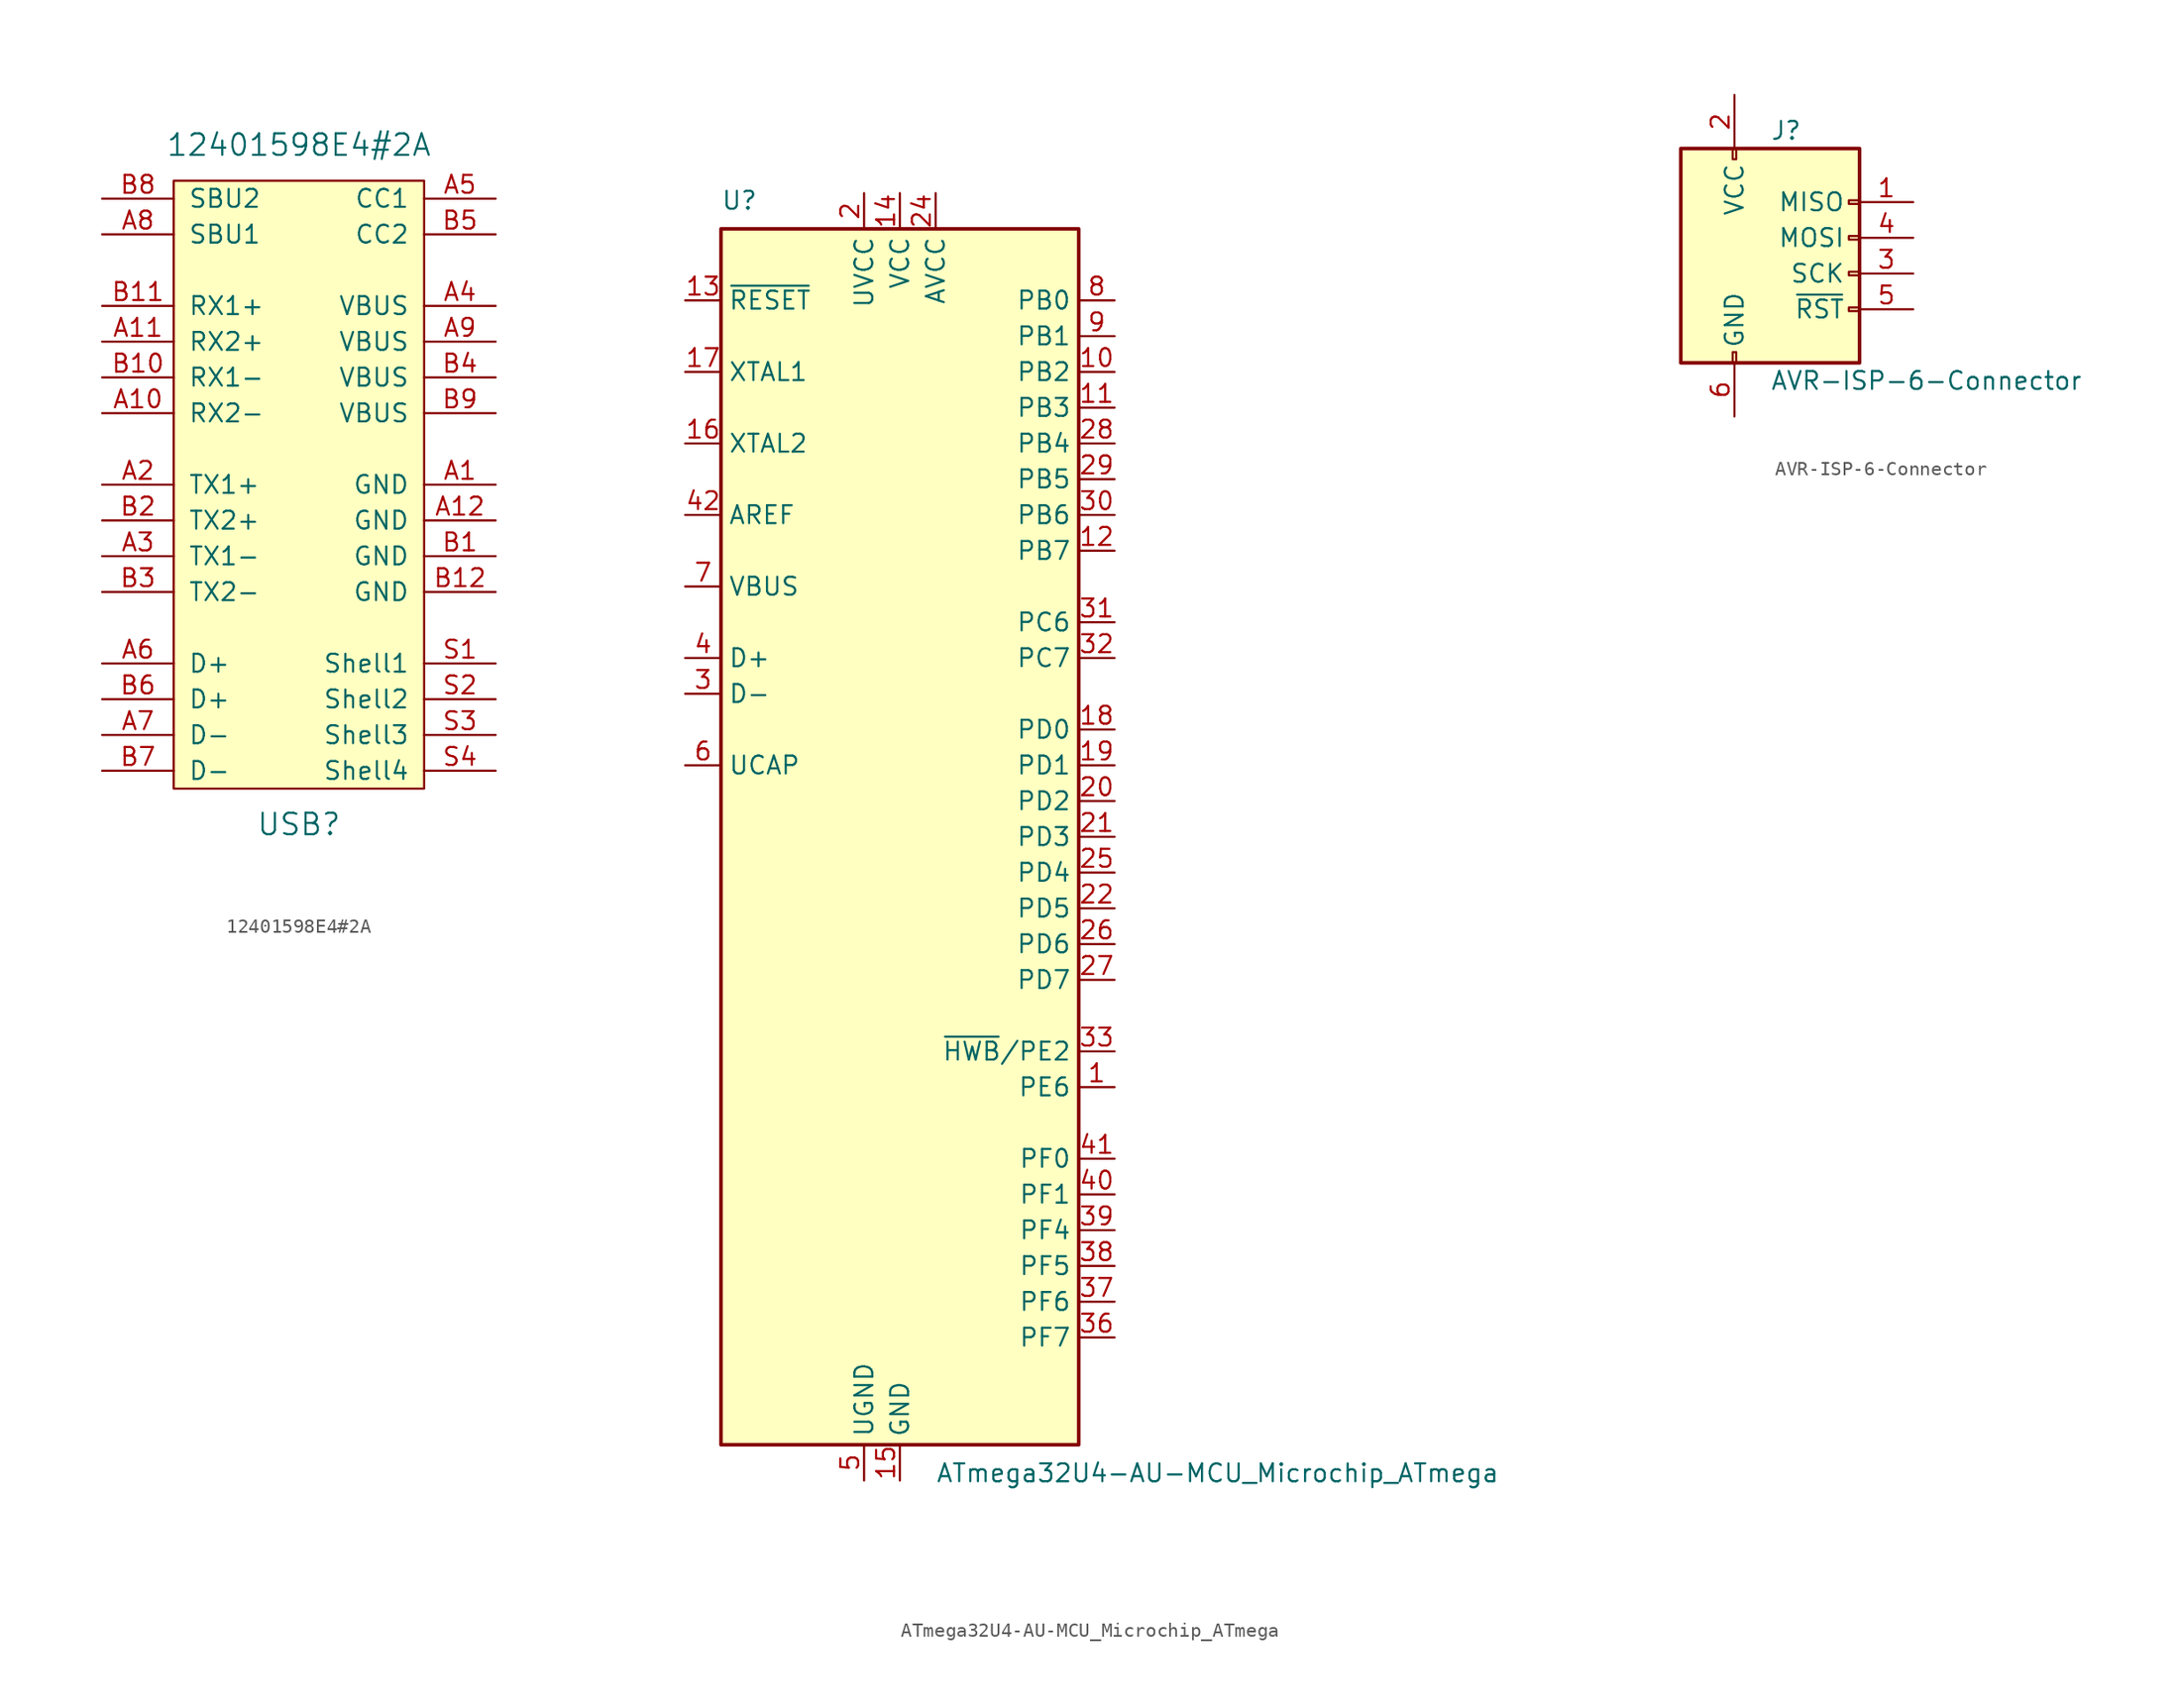
<source format=kicad_sym>
(kicad_symbol_lib
  (version 20231120)
  (generator "kicad_symbol_editor")
  (generator_version "8.0")
  (symbol "12401598E4#2A"
    (pin_names
      (offset 1.016))
    (property "Reference" "USB"
      (at 0 -22.86 0)
      (effects (font (size 1.524 1.524))))
    (property "Value" "12401598E4#2A"
      (at 0 25.4 0)
      (effects (font (size 1.524 1.524))))
    (symbol "12401598E4#2A_1_1"
      (rectangle (start -8.89 22.86) (end 8.89 -20.32) (stroke (width 0) (type default)) (fill (type background)))
      (pin input line (at 13.97 1.27 180) (length 5.08) (name "GND" (effects (font (size 1.27 1.27)))) (number "A1" (effects (font (size 1.27 1.27)))))
      (pin input line (at -13.97 6.35 0) (length 5.08) (name "RX2-" (effects (font (size 1.27 1.27)))) (number "A10" (effects (font (size 1.27 1.27)))))
      (pin input line (at -13.97 11.43 0) (length 5.08) (name "RX2+" (effects (font (size 1.27 1.27)))) (number "A11" (effects (font (size 1.27 1.27)))))
      (pin input line (at 13.97 -1.27 180) (length 5.08) (name "GND" (effects (font (size 1.27 1.27)))) (number "A12" (effects (font (size 1.27 1.27)))))
      (pin input line (at -13.97 1.27 0) (length 5.08) (name "TX1+" (effects (font (size 1.27 1.27)))) (number "A2" (effects (font (size 1.27 1.27)))))
      (pin input line (at -13.97 -3.81 0) (length 5.08) (name "TX1-" (effects (font (size 1.27 1.27)))) (number "A3" (effects (font (size 1.27 1.27)))))
      (pin input line (at 13.97 13.97 180) (length 5.08) (name "VBUS" (effects (font (size 1.27 1.27)))) (number "A4" (effects (font (size 1.27 1.27)))))
      (pin input line (at 13.97 21.59 180) (length 5.08) (name "CC1" (effects (font (size 1.27 1.27)))) (number "A5" (effects (font (size 1.27 1.27)))))
      (pin input line (at -13.97 -11.43 0) (length 5.08) (name "D+" (effects (font (size 1.27 1.27)))) (number "A6" (effects (font (size 1.27 1.27)))))
      (pin input line (at -13.97 -16.51 0) (length 5.08) (name "D-" (effects (font (size 1.27 1.27)))) (number "A7" (effects (font (size 1.27 1.27)))))
      (pin input line (at -13.97 19.05 0) (length 5.08) (name "SBU1" (effects (font (size 1.27 1.27)))) (number "A8" (effects (font (size 1.27 1.27)))))
      (pin input line (at 13.97 11.43 180) (length 5.08) (name "VBUS" (effects (font (size 1.27 1.27)))) (number "A9" (effects (font (size 1.27 1.27)))))
      (pin input line (at 13.97 -3.81 180) (length 5.08) (name "GND" (effects (font (size 1.27 1.27)))) (number "B1" (effects (font (size 1.27 1.27)))))
      (pin input line (at -13.97 8.89 0) (length 5.08) (name "RX1-" (effects (font (size 1.27 1.27)))) (number "B10" (effects (font (size 1.27 1.27)))))
      (pin input line (at -13.97 13.97 0) (length 5.08) (name "RX1+" (effects (font (size 1.27 1.27)))) (number "B11" (effects (font (size 1.27 1.27)))))
      (pin input line (at 13.97 -6.35 180) (length 5.08) (name "GND" (effects (font (size 1.27 1.27)))) (number "B12" (effects (font (size 1.27 1.27)))))
      (pin input line (at -13.97 -1.27 0) (length 5.08) (name "TX2+" (effects (font (size 1.27 1.27)))) (number "B2" (effects (font (size 1.27 1.27)))))
      (pin input line (at -13.97 -6.35 0) (length 5.08) (name "TX2-" (effects (font (size 1.27 1.27)))) (number "B3" (effects (font (size 1.27 1.27)))))
      (pin input line (at 13.97 8.89 180) (length 5.08) (name "VBUS" (effects (font (size 1.27 1.27)))) (number "B4" (effects (font (size 1.27 1.27)))))
      (pin input line (at 13.97 19.05 180) (length 5.08) (name "CC2" (effects (font (size 1.27 1.27)))) (number "B5" (effects (font (size 1.27 1.27)))))
      (pin input line (at -13.97 -13.97 0) (length 5.08) (name "D+" (effects (font (size 1.27 1.27)))) (number "B6" (effects (font (size 1.27 1.27)))))
      (pin input line (at -13.97 -19.05 0) (length 5.08) (name "D-" (effects (font (size 1.27 1.27)))) (number "B7" (effects (font (size 1.27 1.27)))))
      (pin input line (at -13.97 21.59 0) (length 5.08) (name "SBU2" (effects (font (size 1.27 1.27)))) (number "B8" (effects (font (size 1.27 1.27)))))
      (pin input line (at 13.97 6.35 180) (length 5.08) (name "VBUS" (effects (font (size 1.27 1.27)))) (number "B9" (effects (font (size 1.27 1.27)))))
      (pin input line (at 13.97 -11.43 180) (length 5.08) (name "Shell1" (effects (font (size 1.27 1.27)))) (number "S1" (effects (font (size 1.27 1.27)))))
      (pin input line (at 13.97 -13.97 180) (length 5.08) (name "Shell2" (effects (font (size 1.27 1.27)))) (number "S2" (effects (font (size 1.27 1.27)))))
      (pin input line (at 13.97 -16.51 180) (length 5.08) (name "Shell3" (effects (font (size 1.27 1.27)))) (number "S3" (effects (font (size 1.27 1.27)))))
      (pin input line (at 13.97 -19.05 180) (length 5.08) (name "Shell4" (effects (font (size 1.27 1.27)))) (number "S4" (effects (font (size 1.27 1.27)))))))
  (symbol "ATmega32U4-AU-MCU_Microchip_ATmega"
    (property "Reference" "U"
      (at -12.7 44.45 0)
      (effects (font (size 1.27 1.27)) (justify left bottom)))
    (property "Value" "ATmega32U4-AU-MCU_Microchip_ATmega"
      (at 2.54 -44.45 0)
      (effects (font (size 1.27 1.27)) (justify left top)))
    (symbol "ATmega32U4-AU-MCU_Microchip_ATmega_0_1"
      (rectangle (start -12.7 -43.18) (end 12.7 43.18) (stroke (width 0.254) (type default)) (fill (type background))))
    (symbol "ATmega32U4-AU-MCU_Microchip_ATmega_1_1"
      (pin tri_state line (at 15.24 -17.78 180) (length 2.54) (name "PE6" (effects (font (size 1.27 1.27)))) (number "1" (effects (font (size 1.27 1.27)))))
      (pin tri_state line (at 15.24 33.02 180) (length 2.54) (name "PB2" (effects (font (size 1.27 1.27)))) (number "10" (effects (font (size 1.27 1.27)))))
      (pin tri_state line (at 15.24 30.48 180) (length 2.54) (name "PB3" (effects (font (size 1.27 1.27)))) (number "11" (effects (font (size 1.27 1.27)))))
      (pin tri_state line (at 15.24 20.32 180) (length 2.54) (name "PB7" (effects (font (size 1.27 1.27)))) (number "12" (effects (font (size 1.27 1.27)))))
      (pin input line (at -15.24 38.1 0) (length 2.54) (name "~{RESET}" (effects (font (size 1.27 1.27)))) (number "13" (effects (font (size 1.27 1.27)))))
      (pin power_in line (at 0 45.72 270) (length 2.54) (name "VCC" (effects (font (size 1.27 1.27)))) (number "14" (effects (font (size 1.27 1.27)))))
      (pin power_in line (at 0 -45.72 90) (length 2.54) (name "GND" (effects (font (size 1.27 1.27)))) (number "15" (effects (font (size 1.27 1.27)))))
      (pin output line (at -15.24 27.94 0) (length 2.54) (name "XTAL2" (effects (font (size 1.27 1.27)))) (number "16" (effects (font (size 1.27 1.27)))))
      (pin input line (at -15.24 33.02 0) (length 2.54) (name "XTAL1" (effects (font (size 1.27 1.27)))) (number "17" (effects (font (size 1.27 1.27)))))
      (pin tri_state line (at 15.24 7.62 180) (length 2.54) (name "PD0" (effects (font (size 1.27 1.27)))) (number "18" (effects (font (size 1.27 1.27)))))
      (pin tri_state line (at 15.24 5.08 180) (length 2.54) (name "PD1" (effects (font (size 1.27 1.27)))) (number "19" (effects (font (size 1.27 1.27)))))
      (pin power_in line (at -2.54 45.72 270) (length 2.54) (name "UVCC" (effects (font (size 1.27 1.27)))) (number "2" (effects (font (size 1.27 1.27)))))
      (pin tri_state line (at 15.24 2.54 180) (length 2.54) (name "PD2" (effects (font (size 1.27 1.27)))) (number "20" (effects (font (size 1.27 1.27)))))
      (pin tri_state line (at 15.24 0 180) (length 2.54) (name "PD3" (effects (font (size 1.27 1.27)))) (number "21" (effects (font (size 1.27 1.27)))))
      (pin tri_state line (at 15.24 -5.08 180) (length 2.54) (name "PD5" (effects (font (size 1.27 1.27)))) (number "22" (effects (font (size 1.27 1.27)))))
      (pin passive line (at 0 -45.72 90) (length 2.54) hide (name "GND" (effects (font (size 1.27 1.27)))) (number "23" (effects (font (size 1.27 1.27)))))
      (pin power_in line (at 2.54 45.72 270) (length 2.54) (name "AVCC" (effects (font (size 1.27 1.27)))) (number "24" (effects (font (size 1.27 1.27)))))
      (pin tri_state line (at 15.24 -2.54 180) (length 2.54) (name "PD4" (effects (font (size 1.27 1.27)))) (number "25" (effects (font (size 1.27 1.27)))))
      (pin tri_state line (at 15.24 -7.62 180) (length 2.54) (name "PD6" (effects (font (size 1.27 1.27)))) (number "26" (effects (font (size 1.27 1.27)))))
      (pin tri_state line (at 15.24 -10.16 180) (length 2.54) (name "PD7" (effects (font (size 1.27 1.27)))) (number "27" (effects (font (size 1.27 1.27)))))
      (pin tri_state line (at 15.24 27.94 180) (length 2.54) (name "PB4" (effects (font (size 1.27 1.27)))) (number "28" (effects (font (size 1.27 1.27)))))
      (pin tri_state line (at 15.24 25.4 180) (length 2.54) (name "PB5" (effects (font (size 1.27 1.27)))) (number "29" (effects (font (size 1.27 1.27)))))
      (pin bidirectional line (at -15.24 10.16 0) (length 2.54) (name "D-" (effects (font (size 1.27 1.27)))) (number "3" (effects (font (size 1.27 1.27)))))
      (pin tri_state line (at 15.24 22.86 180) (length 2.54) (name "PB6" (effects (font (size 1.27 1.27)))) (number "30" (effects (font (size 1.27 1.27)))))
      (pin tri_state line (at 15.24 15.24 180) (length 2.54) (name "PC6" (effects (font (size 1.27 1.27)))) (number "31" (effects (font (size 1.27 1.27)))))
      (pin tri_state line (at 15.24 12.7 180) (length 2.54) (name "PC7" (effects (font (size 1.27 1.27)))) (number "32" (effects (font (size 1.27 1.27)))))
      (pin tri_state line (at 15.24 -15.24 180) (length 2.54) (name "~{HWB}/PE2" (effects (font (size 1.27 1.27)))) (number "33" (effects (font (size 1.27 1.27)))))
      (pin passive line (at 0 45.72 270) (length 2.54) hide (name "VCC" (effects (font (size 1.27 1.27)))) (number "34" (effects (font (size 1.27 1.27)))))
      (pin passive line (at 0 -45.72 90) (length 2.54) hide (name "GND" (effects (font (size 1.27 1.27)))) (number "35" (effects (font (size 1.27 1.27)))))
      (pin tri_state line (at 15.24 -35.56 180) (length 2.54) (name "PF7" (effects (font (size 1.27 1.27)))) (number "36" (effects (font (size 1.27 1.27)))))
      (pin tri_state line (at 15.24 -33.02 180) (length 2.54) (name "PF6" (effects (font (size 1.27 1.27)))) (number "37" (effects (font (size 1.27 1.27)))))
      (pin tri_state line (at 15.24 -30.48 180) (length 2.54) (name "PF5" (effects (font (size 1.27 1.27)))) (number "38" (effects (font (size 1.27 1.27)))))
      (pin tri_state line (at 15.24 -27.94 180) (length 2.54) (name "PF4" (effects (font (size 1.27 1.27)))) (number "39" (effects (font (size 1.27 1.27)))))
      (pin bidirectional line (at -15.24 12.7 0) (length 2.54) (name "D+" (effects (font (size 1.27 1.27)))) (number "4" (effects (font (size 1.27 1.27)))))
      (pin tri_state line (at 15.24 -25.4 180) (length 2.54) (name "PF1" (effects (font (size 1.27 1.27)))) (number "40" (effects (font (size 1.27 1.27)))))
      (pin tri_state line (at 15.24 -22.86 180) (length 2.54) (name "PF0" (effects (font (size 1.27 1.27)))) (number "41" (effects (font (size 1.27 1.27)))))
      (pin passive line (at -15.24 22.86 0) (length 2.54) (name "AREF" (effects (font (size 1.27 1.27)))) (number "42" (effects (font (size 1.27 1.27)))))
      (pin passive line (at 0 -45.72 90) (length 2.54) hide (name "GND" (effects (font (size 1.27 1.27)))) (number "43" (effects (font (size 1.27 1.27)))))
      (pin passive line (at 2.54 45.72 270) (length 2.54) hide (name "AVCC" (effects (font (size 1.27 1.27)))) (number "44" (effects (font (size 1.27 1.27)))))
      (pin passive line (at -2.54 -45.72 90) (length 2.54) (name "UGND" (effects (font (size 1.27 1.27)))) (number "5" (effects (font (size 1.27 1.27)))))
      (pin passive line (at -15.24 5.08 0) (length 2.54) (name "UCAP" (effects (font (size 1.27 1.27)))) (number "6" (effects (font (size 1.27 1.27)))))
      (pin input line (at -15.24 17.78 0) (length 2.54) (name "VBUS" (effects (font (size 1.27 1.27)))) (number "7" (effects (font (size 1.27 1.27)))))
      (pin tri_state line (at 15.24 38.1 180) (length 2.54) (name "PB0" (effects (font (size 1.27 1.27)))) (number "8" (effects (font (size 1.27 1.27)))))
      (pin tri_state line (at 15.24 35.56 180) (length 2.54) (name "PB1" (effects (font (size 1.27 1.27)))) (number "9" (effects (font (size 1.27 1.27)))))))
  (symbol "AVR-ISP-6-Connector"
    (pin_names
      (offset 1.016))
    (property "Reference" "J"
      (at 0 10.16 0)
      (effects (font (size 1.27 1.27)) (justify left)))
    (property "Value" "AVR-ISP-6-Connector"
      (at 0 -7.62 0)
      (effects (font (size 1.27 1.27)) (justify left)))
    (symbol "AVR-ISP-6-Connector_0_1"
      (rectangle (start -2.667 -5.588) (end -2.413 -6.35) (stroke (width 0) (type default)) (fill (type none)))
      (rectangle (start -2.667 8.89) (end -2.413 8.128) (stroke (width 0) (type default)) (fill (type none)))
      (rectangle (start 6.35 -2.413) (end 5.588 -2.667) (stroke (width 0) (type default)) (fill (type none)))
      (rectangle (start 6.35 0.127) (end 5.588 -0.127) (stroke (width 0) (type default)) (fill (type none)))
      (rectangle (start 6.35 2.667) (end 5.588 2.413) (stroke (width 0) (type default)) (fill (type none)))
      (rectangle (start 6.35 5.207) (end 5.588 4.953) (stroke (width 0) (type default)) (fill (type none)))
      (rectangle (start 6.35 8.89) (end -6.35 -6.35) (stroke (width 0.254) (type default)) (fill (type background))))
    (symbol "AVR-ISP-6-Connector_1_1"
      (pin passive line (at 10.16 5.08 180) (length 3.81) (name "MISO" (effects (font (size 1.27 1.27)))) (number "1" (effects (font (size 1.27 1.27)))))
      (pin power_in line (at -2.54 12.7 270) (length 3.81) (name "VCC" (effects (font (size 1.27 1.27)))) (number "2" (effects (font (size 1.27 1.27)))))
      (pin passive line (at 10.16 0 180) (length 3.81) (name "SCK" (effects (font (size 1.27 1.27)))) (number "3" (effects (font (size 1.27 1.27)))))
      (pin passive line (at 10.16 2.54 180) (length 3.81) (name "MOSI" (effects (font (size 1.27 1.27)))) (number "4" (effects (font (size 1.27 1.27)))))
      (pin passive line (at 10.16 -2.54 180) (length 3.81) (name "~{RST}" (effects (font (size 1.27 1.27)))) (number "5" (effects (font (size 1.27 1.27)))))
      (pin power_in line (at -2.54 -10.16 90) (length 3.81) (name "GND" (effects (font (size 1.27 1.27)))) (number "6" (effects (font (size 1.27 1.27))))))))
</source>
